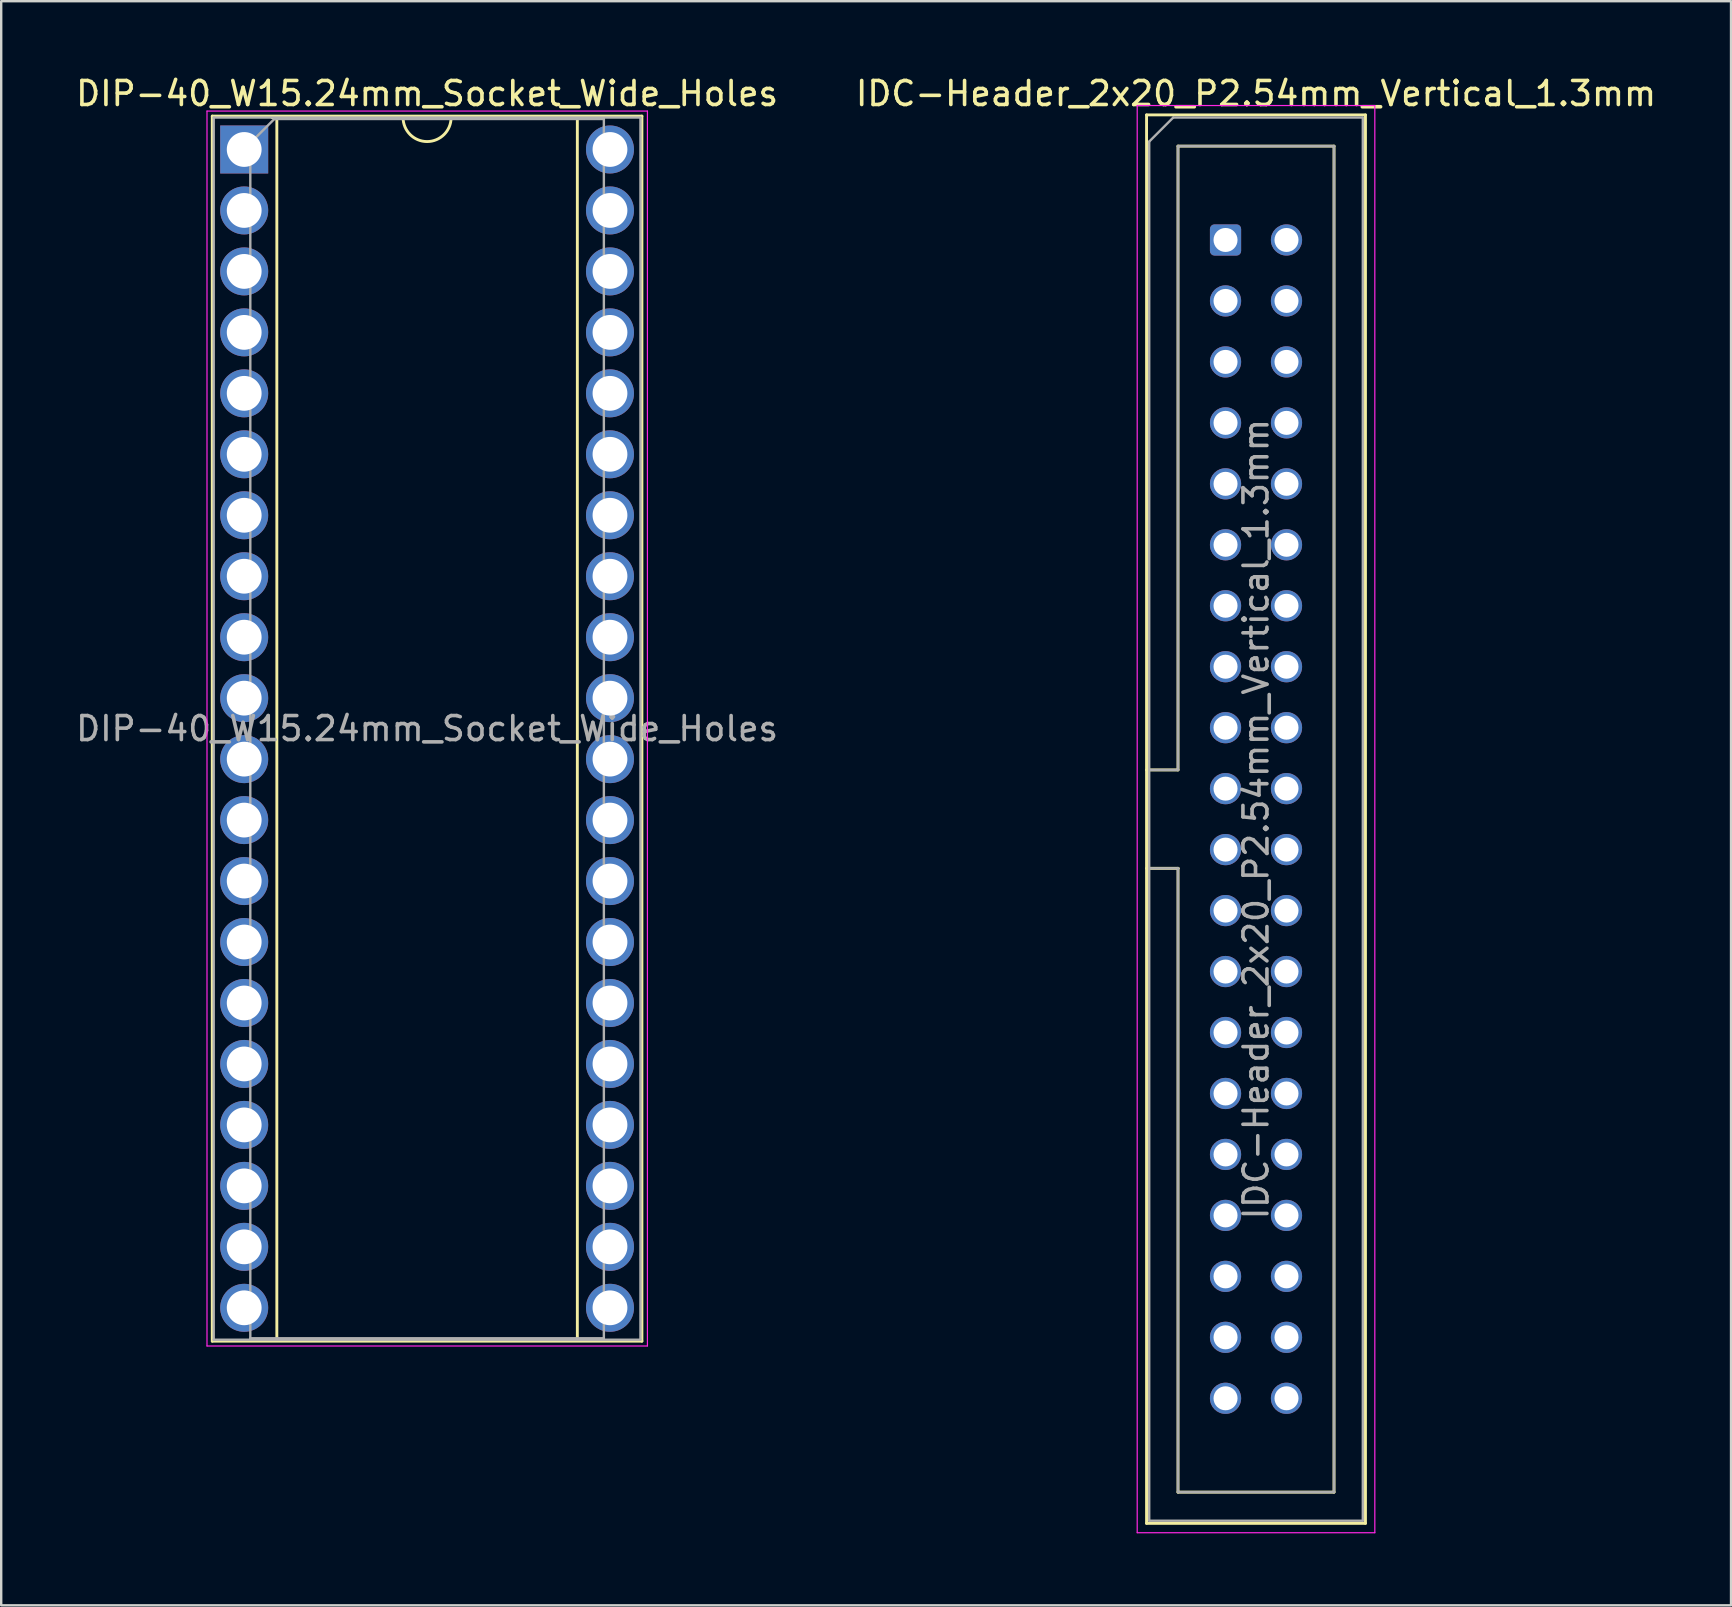
<source format=kicad_pcb>
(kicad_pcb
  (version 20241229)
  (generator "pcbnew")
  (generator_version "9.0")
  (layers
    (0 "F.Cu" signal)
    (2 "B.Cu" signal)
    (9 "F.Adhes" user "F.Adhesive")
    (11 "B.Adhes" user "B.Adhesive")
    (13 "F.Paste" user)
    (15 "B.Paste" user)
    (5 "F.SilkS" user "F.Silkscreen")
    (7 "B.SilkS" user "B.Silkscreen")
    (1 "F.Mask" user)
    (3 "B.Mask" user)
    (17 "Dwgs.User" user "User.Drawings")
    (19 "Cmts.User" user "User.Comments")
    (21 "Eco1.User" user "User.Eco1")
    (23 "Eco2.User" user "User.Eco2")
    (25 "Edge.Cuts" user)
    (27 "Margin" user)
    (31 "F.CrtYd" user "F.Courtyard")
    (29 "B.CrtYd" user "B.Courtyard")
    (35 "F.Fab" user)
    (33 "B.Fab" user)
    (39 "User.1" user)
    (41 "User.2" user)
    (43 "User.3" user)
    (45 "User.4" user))
  (footprint "DIP-40_W15.24mm_Socket_Wide_Holes"
    (layer "F.Cu")
    (at 7.124 3.178)
    (property "Reference" "DIP-40_W15.24mm_Socket_Wide_Holes" (at 7.62 -2.33 0) (layer "F.SilkS") (effects (font (size 1 1) (thickness 0.15))))
    (attr through_hole)
    (fp_line (start -1.33 -1.39) (end -1.33 49.65) (stroke (width 0.12) (type solid)) (layer "F.SilkS"))
    (fp_line (start -1.33 49.65) (end 16.57 49.65) (stroke (width 0.12) (type solid)) (layer "F.SilkS"))
    (fp_line (start 1.16 49.59) (end 14.08 49.59) (stroke (width 0.12) (type solid)) (layer "F.SilkS"))
    (fp_line (start 1.36 -1.33) (end 1.36 49.59) (stroke (width 0.12) (type solid)) (layer "F.SilkS"))
    (fp_line (start 6.62 -1.33) (end 1.16 -1.33) (stroke (width 0.12) (type solid)) (layer "F.SilkS"))
    (fp_line (start 13.88 49.59) (end 13.88 -1.33) (stroke (width 0.12) (type solid)) (layer "F.SilkS"))
    (fp_line (start 14.08 -1.33) (end 8.62 -1.33) (stroke (width 0.12) (type solid)) (layer "F.SilkS"))
    (fp_line (start 16.57 -1.39) (end -1.33 -1.39) (stroke (width 0.12) (type solid)) (layer "F.SilkS"))
    (fp_line (start 16.57 49.65) (end 16.57 -1.39) (stroke (width 0.12) (type solid)) (layer "F.SilkS"))
    (fp_arc (start 8.62 -1.33) (mid 7.62 -0.33) (end 6.62 -1.33) (stroke (width 0.12) (type solid)) (layer "F.SilkS"))
    (fp_line (start -1.55 -1.6) (end -1.55 49.85) (stroke (width 0.05) (type solid)) (layer "F.CrtYd"))
    (fp_line (start -1.55 49.85) (end 16.8 49.85) (stroke (width 0.05) (type solid)) (layer "F.CrtYd"))
    (fp_line (start 16.8 -1.6) (end -1.55 -1.6) (stroke (width 0.05) (type solid)) (layer "F.CrtYd"))
    (fp_line (start 16.8 49.85) (end 16.8 -1.6) (stroke (width 0.05) (type solid)) (layer "F.CrtYd"))
    (fp_line (start -1.27 -1.33) (end -1.27 49.59) (stroke (width 0.1) (type solid)) (layer "F.Fab"))
    (fp_line (start -1.27 49.59) (end 16.51 49.59) (stroke (width 0.1) (type solid)) (layer "F.Fab"))
    (fp_line (start 0.255 -0.27) (end 1.255 -1.27) (stroke (width 0.1) (type solid)) (layer "F.Fab"))
    (fp_line (start 0.255 49.53) (end 0.255 -0.27) (stroke (width 0.1) (type solid)) (layer "F.Fab"))
    (fp_line (start 1.255 -1.27) (end 14.985 -1.27) (stroke (width 0.1) (type solid)) (layer "F.Fab"))
    (fp_line (start 14.985 -1.27) (end 14.985 49.53) (stroke (width 0.1) (type solid)) (layer "F.Fab"))
    (fp_line (start 14.985 49.53) (end 0.255 49.53) (stroke (width 0.1) (type solid)) (layer "F.Fab"))
    (fp_line (start 16.51 -1.33) (end -1.27 -1.33) (stroke (width 0.1) (type solid)) (layer "F.Fab"))
    (fp_line (start 16.51 49.59) (end 16.51 -1.33) (stroke (width 0.1) (type solid)) (layer "F.Fab"))
    (fp_text user "${REFERENCE}" (at 7.62 24.13 0) (layer "F.Fab") (effects (font (size 1 1) (thickness 0.15))))
    (pad "1" thru_hole rect (at 0 0) (size 2 2) (drill 1.45) (layers "*.Cu" "*.Mask"))
    (pad "2" thru_hole oval (at 0 2.54) (size 2 2) (drill 1.45) (layers "*.Cu" "*.Mask"))
    (pad "3" thru_hole oval (at 0 5.08) (size 2 2) (drill 1.45) (layers "*.Cu" "*.Mask"))
    (pad "4" thru_hole oval (at 0 7.62) (size 2 2) (drill 1.45) (layers "*.Cu" "*.Mask"))
    (pad "5" thru_hole oval (at 0 10.16) (size 2 2) (drill 1.45) (layers "*.Cu" "*.Mask"))
    (pad "6" thru_hole oval (at 0 12.7) (size 2 2) (drill 1.45) (layers "*.Cu" "*.Mask"))
    (pad "7" thru_hole oval (at 0 15.24) (size 2 2) (drill 1.45) (layers "*.Cu" "*.Mask"))
    (pad "8" thru_hole oval (at 0 17.78) (size 2 2) (drill 1.45) (layers "*.Cu" "*.Mask"))
    (pad "9" thru_hole oval (at 0 20.32) (size 2 2) (drill 1.45) (layers "*.Cu" "*.Mask"))
    (pad "10" thru_hole oval (at 0 22.86) (size 2 2) (drill 1.45) (layers "*.Cu" "*.Mask"))
    (pad "11" thru_hole oval (at 0 25.4) (size 2 2) (drill 1.45) (layers "*.Cu" "*.Mask"))
    (pad "12" thru_hole oval (at 0 27.94) (size 2 2) (drill 1.45) (layers "*.Cu" "*.Mask"))
    (pad "13" thru_hole oval (at 0 30.48) (size 2 2) (drill 1.45) (layers "*.Cu" "*.Mask"))
    (pad "14" thru_hole oval (at 0 33.02) (size 2 2) (drill 1.45) (layers "*.Cu" "*.Mask"))
    (pad "15" thru_hole oval (at 0 35.56) (size 2 2) (drill 1.45) (layers "*.Cu" "*.Mask"))
    (pad "16" thru_hole oval (at 0 38.1) (size 2 2) (drill 1.45) (layers "*.Cu" "*.Mask"))
    (pad "17" thru_hole oval (at 0 40.64) (size 2 2) (drill 1.45) (layers "*.Cu" "*.Mask"))
    (pad "18" thru_hole oval (at 0 43.18) (size 2 2) (drill 1.45) (layers "*.Cu" "*.Mask"))
    (pad "19" thru_hole oval (at 0 45.72) (size 2 2) (drill 1.45) (layers "*.Cu" "*.Mask"))
    (pad "20" thru_hole oval (at 0 48.26) (size 2 2) (drill 1.45) (layers "*.Cu" "*.Mask"))
    (pad "21" thru_hole oval (at 15.24 48.26) (size 2 2) (drill 1.45) (layers "*.Cu" "*.Mask"))
    (pad "22" thru_hole oval (at 15.24 45.72) (size 2 2) (drill 1.45) (layers "*.Cu" "*.Mask"))
    (pad "23" thru_hole oval (at 15.24 43.18) (size 2 2) (drill 1.45) (layers "*.Cu" "*.Mask"))
    (pad "24" thru_hole oval (at 15.24 40.64) (size 2 2) (drill 1.45) (layers "*.Cu" "*.Mask"))
    (pad "25" thru_hole oval (at 15.24 38.1) (size 2 2) (drill 1.45) (layers "*.Cu" "*.Mask"))
    (pad "26" thru_hole oval (at 15.24 35.56) (size 2 2) (drill 1.45) (layers "*.Cu" "*.Mask"))
    (pad "27" thru_hole oval (at 15.24 33.02) (size 2 2) (drill 1.45) (layers "*.Cu" "*.Mask"))
    (pad "28" thru_hole oval (at 15.24 30.48) (size 2 2) (drill 1.45) (layers "*.Cu" "*.Mask"))
    (pad "29" thru_hole oval (at 15.24 27.94) (size 2 2) (drill 1.45) (layers "*.Cu" "*.Mask"))
    (pad "30" thru_hole oval (at 15.24 25.4) (size 2 2) (drill 1.45) (layers "*.Cu" "*.Mask"))
    (pad "31" thru_hole oval (at 15.24 22.86) (size 2 2) (drill 1.45) (layers "*.Cu" "*.Mask"))
    (pad "32" thru_hole oval (at 15.24 20.32) (size 2 2) (drill 1.45) (layers "*.Cu" "*.Mask"))
    (pad "33" thru_hole oval (at 15.24 17.78) (size 2 2) (drill 1.45) (layers "*.Cu" "*.Mask"))
    (pad "34" thru_hole oval (at 15.24 15.24) (size 2 2) (drill 1.45) (layers "*.Cu" "*.Mask"))
    (pad "35" thru_hole oval (at 15.24 12.7) (size 2 2) (drill 1.45) (layers "*.Cu" "*.Mask"))
    (pad "36" thru_hole oval (at 15.24 10.16) (size 2 2) (drill 1.45) (layers "*.Cu" "*.Mask"))
    (pad "37" thru_hole oval (at 15.24 7.62) (size 2 2) (drill 1.45) (layers "*.Cu" "*.Mask"))
    (pad "38" thru_hole oval (at 15.24 5.08) (size 2 2) (drill 1.45) (layers "*.Cu" "*.Mask"))
    (pad "39" thru_hole oval (at 15.24 2.54) (size 2 2) (drill 1.45) (layers "*.Cu" "*.Mask"))
    (pad "40" thru_hole oval (at 15.24 0) (size 2 2) (drill 1.45) (layers "*.Cu" "*.Mask")))
  (footprint "IDC-Header_2x20_P2.54mm_Vertical_1.3mm"
    (layer "F.Cu")
    (at 48.01 6.948)
    (property "Reference" "IDC-Header_2x20_P2.54mm_Vertical_1.3mm" (at 1.27 -6.1 0) (layer "F.SilkS") (effects (font (size 1 1) (thickness 0.15))))
    (attr through_hole)
    (fp_line (start -3.29 -5.21) (end 5.83 -5.21) (stroke (width 0.12) (type solid)) (layer "F.SilkS"))
    (fp_line (start -3.29 22.08) (end -1.98 22.08) (stroke (width 0.12) (type solid)) (layer "F.SilkS"))
    (fp_line (start -3.29 53.47) (end -3.29 -5.21) (stroke (width 0.12) (type solid)) (layer "F.SilkS"))
    (fp_line (start -1.98 -3.91) (end 4.52 -3.91) (stroke (width 0.12) (type solid)) (layer "F.SilkS"))
    (fp_line (start -1.98 22.08) (end -1.98 -3.91) (stroke (width 0.12) (type solid)) (layer "F.SilkS"))
    (fp_line (start -1.98 26.18) (end -3.29 26.18) (stroke (width 0.12) (type solid)) (layer "F.SilkS"))
    (fp_line (start -1.98 26.18) (end -1.98 26.18) (stroke (width 0.12) (type solid)) (layer "F.SilkS"))
    (fp_line (start -1.98 52.17) (end -1.98 26.18) (stroke (width 0.12) (type solid)) (layer "F.SilkS"))
    (fp_line (start 4.52 -3.91) (end 4.52 52.17) (stroke (width 0.12) (type solid)) (layer "F.SilkS"))
    (fp_line (start 4.52 52.17) (end -1.98 52.17) (stroke (width 0.12) (type solid)) (layer "F.SilkS"))
    (fp_line (start 5.83 -5.21) (end 5.83 53.47) (stroke (width 0.12) (type solid)) (layer "F.SilkS"))
    (fp_line (start 5.83 53.47) (end -3.29 53.47) (stroke (width 0.12) (type solid)) (layer "F.SilkS"))
    (fp_line (start -3.68 -5.6) (end -3.68 53.86) (stroke (width 0.05) (type solid)) (layer "F.CrtYd"))
    (fp_line (start -3.68 53.86) (end 6.22 53.86) (stroke (width 0.05) (type solid)) (layer "F.CrtYd"))
    (fp_line (start 6.22 -5.6) (end -3.68 -5.6) (stroke (width 0.05) (type solid)) (layer "F.CrtYd"))
    (fp_line (start 6.22 53.86) (end 6.22 -5.6) (stroke (width 0.05) (type solid)) (layer "F.CrtYd"))
    (fp_line (start -3.18 -4.1) (end -2.18 -5.1) (stroke (width 0.1) (type solid)) (layer "F.Fab"))
    (fp_line (start -3.18 22.08) (end -1.98 22.08) (stroke (width 0.1) (type solid)) (layer "F.Fab"))
    (fp_line (start -3.18 53.36) (end -3.18 -4.1) (stroke (width 0.1) (type solid)) (layer "F.Fab"))
    (fp_line (start -2.18 -5.1) (end 5.72 -5.1) (stroke (width 0.1) (type solid)) (layer "F.Fab"))
    (fp_line (start -1.98 -3.91) (end 4.52 -3.91) (stroke (width 0.1) (type solid)) (layer "F.Fab"))
    (fp_line (start -1.98 22.08) (end -1.98 -3.91) (stroke (width 0.1) (type solid)) (layer "F.Fab"))
    (fp_line (start -1.98 26.18) (end -3.18 26.18) (stroke (width 0.1) (type solid)) (layer "F.Fab"))
    (fp_line (start -1.98 26.18) (end -1.98 26.18) (stroke (width 0.1) (type solid)) (layer "F.Fab"))
    (fp_line (start -1.98 52.17) (end -1.98 26.18) (stroke (width 0.1) (type solid)) (layer "F.Fab"))
    (fp_line (start 4.52 -3.91) (end 4.52 52.17) (stroke (width 0.1) (type solid)) (layer "F.Fab"))
    (fp_line (start 4.52 52.17) (end -1.98 52.17) (stroke (width 0.1) (type solid)) (layer "F.Fab"))
    (fp_line (start 5.72 -5.1) (end 5.72 53.36) (stroke (width 0.1) (type solid)) (layer "F.Fab"))
    (fp_line (start 5.72 53.36) (end -3.18 53.36) (stroke (width 0.1) (type solid)) (layer "F.Fab"))
    (fp_text user "${REFERENCE}" (at 1.27 24.13 90) (layer "F.Fab") (effects (font (size 1 1) (thickness 0.15))))
    (pad "1" thru_hole roundrect (at 0 0) (size 1.3 1.3) (drill 1) (layers "*.Cu" "*.Mask") (roundrect_rratio 0.147))
    (pad "2" thru_hole circle (at 2.54 0) (size 1.3 1.3) (drill 1) (layers "*.Cu" "*.Mask"))
    (pad "3" thru_hole circle (at 0 2.54) (size 1.3 1.3) (drill 1) (layers "*.Cu" "*.Mask"))
    (pad "4" thru_hole circle (at 2.54 2.54) (size 1.3 1.3) (drill 1) (layers "*.Cu" "*.Mask"))
    (pad "5" thru_hole circle (at 0 5.08) (size 1.3 1.3) (drill 1) (layers "*.Cu" "*.Mask"))
    (pad "6" thru_hole circle (at 2.54 5.08) (size 1.3 1.3) (drill 1) (layers "*.Cu" "*.Mask"))
    (pad "7" thru_hole circle (at 0 7.62) (size 1.3 1.3) (drill 1) (layers "*.Cu" "*.Mask"))
    (pad "8" thru_hole circle (at 2.54 7.62) (size 1.3 1.3) (drill 1) (layers "*.Cu" "*.Mask"))
    (pad "9" thru_hole circle (at 0 10.16) (size 1.3 1.3) (drill 1) (layers "*.Cu" "*.Mask"))
    (pad "10" thru_hole circle (at 2.54 10.16) (size 1.3 1.3) (drill 1) (layers "*.Cu" "*.Mask"))
    (pad "11" thru_hole circle (at 0 12.7) (size 1.3 1.3) (drill 1) (layers "*.Cu" "*.Mask"))
    (pad "12" thru_hole circle (at 2.54 12.7) (size 1.3 1.3) (drill 1) (layers "*.Cu" "*.Mask"))
    (pad "13" thru_hole circle (at 0 15.24) (size 1.3 1.3) (drill 1) (layers "*.Cu" "*.Mask"))
    (pad "14" thru_hole circle (at 2.54 15.24) (size 1.3 1.3) (drill 1) (layers "*.Cu" "*.Mask"))
    (pad "15" thru_hole circle (at 0 17.78) (size 1.3 1.3) (drill 1) (layers "*.Cu" "*.Mask"))
    (pad "16" thru_hole circle (at 2.54 17.78) (size 1.3 1.3) (drill 1) (layers "*.Cu" "*.Mask"))
    (pad "17" thru_hole circle (at 0 20.32) (size 1.3 1.3) (drill 1) (layers "*.Cu" "*.Mask"))
    (pad "18" thru_hole circle (at 2.54 20.32) (size 1.3 1.3) (drill 1) (layers "*.Cu" "*.Mask"))
    (pad "19" thru_hole circle (at 0 22.86) (size 1.3 1.3) (drill 1) (layers "*.Cu" "*.Mask"))
    (pad "20" thru_hole circle (at 2.54 22.86) (size 1.3 1.3) (drill 1) (layers "*.Cu" "*.Mask"))
    (pad "21" thru_hole circle (at 0 25.4) (size 1.3 1.3) (drill 1) (layers "*.Cu" "*.Mask"))
    (pad "22" thru_hole circle (at 2.54 25.4) (size 1.3 1.3) (drill 1) (layers "*.Cu" "*.Mask"))
    (pad "23" thru_hole circle (at 0 27.94) (size 1.3 1.3) (drill 1) (layers "*.Cu" "*.Mask"))
    (pad "24" thru_hole circle (at 2.54 27.94) (size 1.3 1.3) (drill 1) (layers "*.Cu" "*.Mask"))
    (pad "25" thru_hole circle (at 0 30.48) (size 1.3 1.3) (drill 1) (layers "*.Cu" "*.Mask"))
    (pad "26" thru_hole circle (at 2.54 30.48) (size 1.3 1.3) (drill 1) (layers "*.Cu" "*.Mask"))
    (pad "27" thru_hole circle (at 0 33.02) (size 1.3 1.3) (drill 1) (layers "*.Cu" "*.Mask"))
    (pad "28" thru_hole circle (at 2.54 33.02) (size 1.3 1.3) (drill 1) (layers "*.Cu" "*.Mask"))
    (pad "29" thru_hole circle (at 0 35.56) (size 1.3 1.3) (drill 1) (layers "*.Cu" "*.Mask"))
    (pad "30" thru_hole circle (at 2.54 35.56) (size 1.3 1.3) (drill 1) (layers "*.Cu" "*.Mask"))
    (pad "31" thru_hole circle (at 0 38.1) (size 1.3 1.3) (drill 1) (layers "*.Cu" "*.Mask"))
    (pad "32" thru_hole circle (at 2.54 38.1) (size 1.3 1.3) (drill 1) (layers "*.Cu" "*.Mask"))
    (pad "33" thru_hole circle (at 0 40.64) (size 1.3 1.3) (drill 1) (layers "*.Cu" "*.Mask"))
    (pad "34" thru_hole circle (at 2.54 40.64) (size 1.3 1.3) (drill 1) (layers "*.Cu" "*.Mask"))
    (pad "35" thru_hole circle (at 0 43.18) (size 1.3 1.3) (drill 1) (layers "*.Cu" "*.Mask"))
    (pad "36" thru_hole circle (at 2.54 43.18) (size 1.3 1.3) (drill 1) (layers "*.Cu" "*.Mask"))
    (pad "37" thru_hole circle (at 0 45.72) (size 1.3 1.3) (drill 1) (layers "*.Cu" "*.Mask"))
    (pad "38" thru_hole circle (at 2.54 45.72) (size 1.3 1.3) (drill 1) (layers "*.Cu" "*.Mask"))
    (pad "39" thru_hole circle (at 0 48.26) (size 1.3 1.3) (drill 1) (layers "*.Cu" "*.Mask"))
    (pad "40" thru_hole circle (at 2.54 48.26) (size 1.3 1.3) (drill 1) (layers "*.Cu" "*.Mask")))
  (gr_rect
    (start -3 -3)
    (end 69.071 63.833)
    (stroke (width 0.1) (type default))
    (fill no)
    (layer "Edge.Cuts")))
</source>
